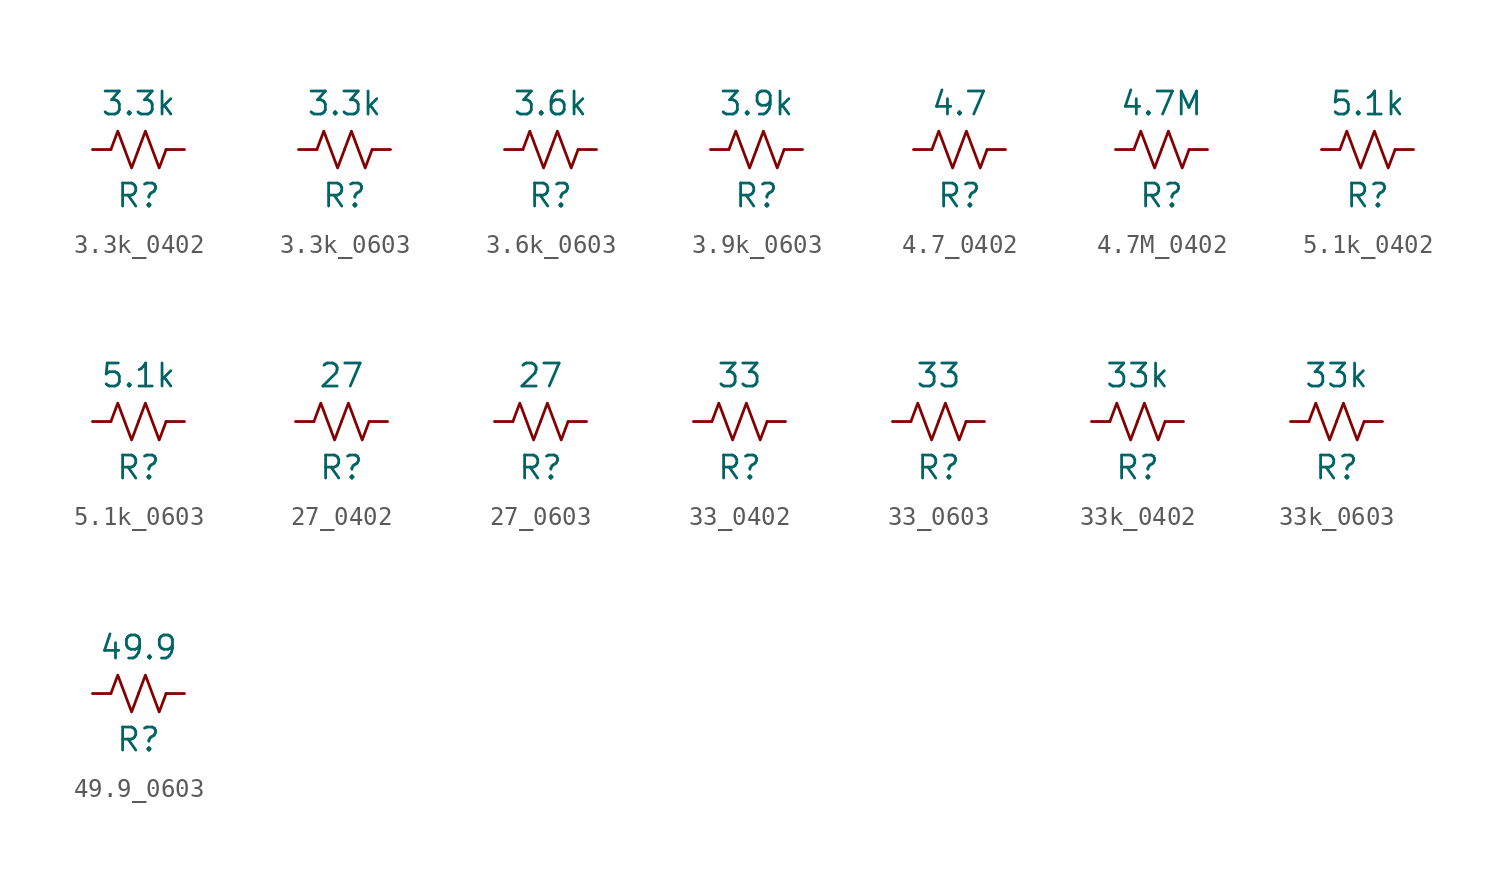
<source format=kicad_sym>
(kicad_symbol_lib
  (version 20241209)
  (generator "kicad_symbol_editor")
  (generator_version "9.0")
  (symbol "3.3k_0402"
    (pin_numbers
      (hide yes))
    (pin_names
      (offset 0))
    (property "Reference" "R"
      (at 0 -2.54 0)
      (effects (font (size 1.27 1.27))))
    (property "Value" "3.3k"
      (at 0 2.54 0)
      (effects (font (size 1.27 1.27))))
    (symbol "3.3k_0402_0_1"
      (polyline (pts (xy -1.524 0) (xy -1.143 1.016) (xy -0.762 0) (xy -0.381 -1.016) (xy 0 0)) (stroke (width 0) (type default)) (fill (type none)))
      (polyline (pts (xy 0 0) (xy 0.381 1.016) (xy 0.762 0) (xy 1.143 -1.016) (xy 1.524 0)) (stroke (width 0) (type default)) (fill (type none))))
    (symbol "3.3k_0402_1_1"
      (pin passive line (at -2.54 0 0) (length 1.016) (name "~" (effects (font (size 1.27 1.27)))) (number "1" (effects (font (size 1.27 1.27)))))
      (pin passive line (at 2.54 0 180) (length 1.016) (name "~" (effects (font (size 1.27 1.27)))) (number "2" (effects (font (size 1.27 1.27)))))))
  (symbol "3.3k_0603"
    (pin_numbers
      (hide yes))
    (pin_names
      (offset 0))
    (property "Reference" "R"
      (at 0 -2.54 0)
      (effects (font (size 1.27 1.27))))
    (property "Value" "3.3k"
      (at 0 2.54 0)
      (effects (font (size 1.27 1.27))))
    (symbol "3.3k_0603_0_1"
      (polyline (pts (xy -1.524 0) (xy -1.143 1.016) (xy -0.762 0) (xy -0.381 -1.016) (xy 0 0)) (stroke (width 0) (type default)) (fill (type none)))
      (polyline (pts (xy 0 0) (xy 0.381 1.016) (xy 0.762 0) (xy 1.143 -1.016) (xy 1.524 0)) (stroke (width 0) (type default)) (fill (type none))))
    (symbol "3.3k_0603_1_1"
      (pin passive line (at -2.54 0 0) (length 1.016) (name "~" (effects (font (size 1.27 1.27)))) (number "1" (effects (font (size 1.27 1.27)))))
      (pin passive line (at 2.54 0 180) (length 1.016) (name "~" (effects (font (size 1.27 1.27)))) (number "2" (effects (font (size 1.27 1.27)))))))
  (symbol "3.6k_0603"
    (pin_numbers
      (hide yes))
    (pin_names
      (offset 0))
    (property "Reference" "R"
      (at 0 -2.54 0)
      (effects (font (size 1.27 1.27))))
    (property "Value" "3.6k"
      (at 0 2.54 0)
      (effects (font (size 1.27 1.27))))
    (symbol "3.6k_0603_0_1"
      (polyline (pts (xy -1.524 0) (xy -1.143 1.016) (xy -0.762 0) (xy -0.381 -1.016) (xy 0 0)) (stroke (width 0) (type default)) (fill (type none)))
      (polyline (pts (xy 0 0) (xy 0.381 1.016) (xy 0.762 0) (xy 1.143 -1.016) (xy 1.524 0)) (stroke (width 0) (type default)) (fill (type none))))
    (symbol "3.6k_0603_1_1"
      (pin passive line (at -2.54 0 0) (length 1.016) (name "~" (effects (font (size 1.27 1.27)))) (number "1" (effects (font (size 1.27 1.27)))))
      (pin passive line (at 2.54 0 180) (length 1.016) (name "~" (effects (font (size 1.27 1.27)))) (number "2" (effects (font (size 1.27 1.27)))))))
  (symbol "3.9k_0603"
    (pin_numbers
      (hide yes))
    (pin_names
      (offset 0))
    (property "Reference" "R"
      (at 0 -2.54 0)
      (effects (font (size 1.27 1.27))))
    (property "Value" "3.9k"
      (at 0 2.54 0)
      (effects (font (size 1.27 1.27))))
    (symbol "3.9k_0603_0_1"
      (polyline (pts (xy -1.524 0) (xy -1.143 1.016) (xy -0.762 0) (xy -0.381 -1.016) (xy 0 0)) (stroke (width 0) (type default)) (fill (type none)))
      (polyline (pts (xy 0 0) (xy 0.381 1.016) (xy 0.762 0) (xy 1.143 -1.016) (xy 1.524 0)) (stroke (width 0) (type default)) (fill (type none))))
    (symbol "3.9k_0603_1_1"
      (pin passive line (at -2.54 0 0) (length 1.016) (name "~" (effects (font (size 1.27 1.27)))) (number "1" (effects (font (size 1.27 1.27)))))
      (pin passive line (at 2.54 0 180) (length 1.016) (name "~" (effects (font (size 1.27 1.27)))) (number "2" (effects (font (size 1.27 1.27)))))))
  (symbol "4.7_0402"
    (pin_numbers
      (hide yes))
    (pin_names
      (offset 0))
    (property "Reference" "R"
      (at 0 -2.54 0)
      (effects (font (size 1.27 1.27))))
    (property "Value" "4.7"
      (at 0 2.54 0)
      (effects (font (size 1.27 1.27))))
    (symbol "4.7_0402_0_1"
      (polyline (pts (xy -1.524 0) (xy -1.143 1.016) (xy -0.762 0) (xy -0.381 -1.016) (xy 0 0)) (stroke (width 0) (type default)) (fill (type none)))
      (polyline (pts (xy 0 0) (xy 0.381 1.016) (xy 0.762 0) (xy 1.143 -1.016) (xy 1.524 0)) (stroke (width 0) (type default)) (fill (type none))))
    (symbol "4.7_0402_1_1"
      (pin passive line (at -2.54 0 0) (length 1.016) (name "~" (effects (font (size 1.27 1.27)))) (number "1" (effects (font (size 1.27 1.27)))))
      (pin passive line (at 2.54 0 180) (length 1.016) (name "~" (effects (font (size 1.27 1.27)))) (number "2" (effects (font (size 1.27 1.27)))))))
  (symbol "4.7M_0402"
    (pin_numbers
      (hide yes))
    (pin_names
      (offset 0))
    (property "Reference" "R"
      (at 0 -2.54 0)
      (effects (font (size 1.27 1.27))))
    (property "Value" "4.7M"
      (at 0 2.54 0)
      (effects (font (size 1.27 1.27))))
    (symbol "4.7M_0402_0_1"
      (polyline (pts (xy -1.524 0) (xy -1.143 1.016) (xy -0.762 0) (xy -0.381 -1.016) (xy 0 0)) (stroke (width 0) (type default)) (fill (type none)))
      (polyline (pts (xy 0 0) (xy 0.381 1.016) (xy 0.762 0) (xy 1.143 -1.016) (xy 1.524 0)) (stroke (width 0) (type default)) (fill (type none))))
    (symbol "4.7M_0402_1_1"
      (pin passive line (at -2.54 0 0) (length 1.016) (name "~" (effects (font (size 1.27 1.27)))) (number "1" (effects (font (size 1.27 1.27)))))
      (pin passive line (at 2.54 0 180) (length 1.016) (name "~" (effects (font (size 1.27 1.27)))) (number "2" (effects (font (size 1.27 1.27)))))))
  (symbol "5.1k_0402"
    (pin_numbers
      (hide yes))
    (pin_names
      (offset 0))
    (property "Reference" "R"
      (at 0 -2.54 0)
      (effects (font (size 1.27 1.27))))
    (property "Value" "5.1k"
      (at 0 2.54 0)
      (effects (font (size 1.27 1.27))))
    (symbol "5.1k_0402_0_1"
      (polyline (pts (xy -1.524 0) (xy -1.143 1.016) (xy -0.762 0) (xy -0.381 -1.016) (xy 0 0)) (stroke (width 0) (type default)) (fill (type none)))
      (polyline (pts (xy 0 0) (xy 0.381 1.016) (xy 0.762 0) (xy 1.143 -1.016) (xy 1.524 0)) (stroke (width 0) (type default)) (fill (type none))))
    (symbol "5.1k_0402_1_1"
      (pin passive line (at -2.54 0 0) (length 1.016) (name "~" (effects (font (size 1.27 1.27)))) (number "1" (effects (font (size 1.27 1.27)))))
      (pin passive line (at 2.54 0 180) (length 1.016) (name "~" (effects (font (size 1.27 1.27)))) (number "2" (effects (font (size 1.27 1.27)))))))
  (symbol "5.1k_0603"
    (pin_numbers
      (hide yes))
    (pin_names
      (offset 0))
    (property "Reference" "R"
      (at 0 -2.54 0)
      (effects (font (size 1.27 1.27))))
    (property "Value" "5.1k"
      (at 0 2.54 0)
      (effects (font (size 1.27 1.27))))
    (symbol "5.1k_0603_0_1"
      (polyline (pts (xy -1.524 0) (xy -1.143 1.016) (xy -0.762 0) (xy -0.381 -1.016) (xy 0 0)) (stroke (width 0) (type default)) (fill (type none)))
      (polyline (pts (xy 0 0) (xy 0.381 1.016) (xy 0.762 0) (xy 1.143 -1.016) (xy 1.524 0)) (stroke (width 0) (type default)) (fill (type none))))
    (symbol "5.1k_0603_1_1"
      (pin passive line (at -2.54 0 0) (length 1.016) (name "~" (effects (font (size 1.27 1.27)))) (number "1" (effects (font (size 1.27 1.27)))))
      (pin passive line (at 2.54 0 180) (length 1.016) (name "~" (effects (font (size 1.27 1.27)))) (number "2" (effects (font (size 1.27 1.27)))))))
  (symbol "27_0402"
    (pin_numbers
      (hide yes))
    (pin_names
      (offset 0))
    (property "Reference" "R"
      (at 0 -2.54 0)
      (effects (font (size 1.27 1.27))))
    (property "Value" "27"
      (at 0 2.54 0)
      (effects (font (size 1.27 1.27))))
    (symbol "27_0402_0_1"
      (polyline (pts (xy -1.524 0) (xy -1.143 1.016) (xy -0.762 0) (xy -0.381 -1.016) (xy 0 0)) (stroke (width 0) (type default)) (fill (type none)))
      (polyline (pts (xy 0 0) (xy 0.381 1.016) (xy 0.762 0) (xy 1.143 -1.016) (xy 1.524 0)) (stroke (width 0) (type default)) (fill (type none))))
    (symbol "27_0402_1_1"
      (pin passive line (at -2.54 0 0) (length 1.016) (name "~" (effects (font (size 1.27 1.27)))) (number "1" (effects (font (size 1.27 1.27)))))
      (pin passive line (at 2.54 0 180) (length 1.016) (name "~" (effects (font (size 1.27 1.27)))) (number "2" (effects (font (size 1.27 1.27)))))))
  (symbol "27_0603"
    (pin_numbers
      (hide yes))
    (pin_names
      (offset 0))
    (property "Reference" "R"
      (at 0 -2.54 0)
      (effects (font (size 1.27 1.27))))
    (property "Value" "27"
      (at 0 2.54 0)
      (effects (font (size 1.27 1.27))))
    (symbol "27_0603_0_1"
      (polyline (pts (xy -1.524 0) (xy -1.143 1.016) (xy -0.762 0) (xy -0.381 -1.016) (xy 0 0)) (stroke (width 0) (type default)) (fill (type none)))
      (polyline (pts (xy 0 0) (xy 0.381 1.016) (xy 0.762 0) (xy 1.143 -1.016) (xy 1.524 0)) (stroke (width 0) (type default)) (fill (type none))))
    (symbol "27_0603_1_1"
      (pin passive line (at -2.54 0 0) (length 1.016) (name "~" (effects (font (size 1.27 1.27)))) (number "1" (effects (font (size 1.27 1.27)))))
      (pin passive line (at 2.54 0 180) (length 1.016) (name "~" (effects (font (size 1.27 1.27)))) (number "2" (effects (font (size 1.27 1.27)))))))
  (symbol "33_0402"
    (pin_numbers
      (hide yes))
    (pin_names
      (offset 0))
    (property "Reference" "R"
      (at 0 -2.54 0)
      (effects (font (size 1.27 1.27))))
    (property "Value" "33"
      (at 0 2.54 0)
      (effects (font (size 1.27 1.27))))
    (symbol "33_0402_0_1"
      (polyline (pts (xy -1.524 0) (xy -1.143 1.016) (xy -0.762 0) (xy -0.381 -1.016) (xy 0 0)) (stroke (width 0) (type default)) (fill (type none)))
      (polyline (pts (xy 0 0) (xy 0.381 1.016) (xy 0.762 0) (xy 1.143 -1.016) (xy 1.524 0)) (stroke (width 0) (type default)) (fill (type none))))
    (symbol "33_0402_1_1"
      (pin passive line (at -2.54 0 0) (length 1.016) (name "~" (effects (font (size 1.27 1.27)))) (number "1" (effects (font (size 1.27 1.27)))))
      (pin passive line (at 2.54 0 180) (length 1.016) (name "~" (effects (font (size 1.27 1.27)))) (number "2" (effects (font (size 1.27 1.27)))))))
  (symbol "33_0603"
    (pin_numbers
      (hide yes))
    (pin_names
      (offset 0))
    (property "Reference" "R"
      (at 0 -2.54 0)
      (effects (font (size 1.27 1.27))))
    (property "Value" "33"
      (at 0 2.54 0)
      (effects (font (size 1.27 1.27))))
    (symbol "33_0603_0_1"
      (polyline (pts (xy -1.524 0) (xy -1.143 1.016) (xy -0.762 0) (xy -0.381 -1.016) (xy 0 0)) (stroke (width 0) (type default)) (fill (type none)))
      (polyline (pts (xy 0 0) (xy 0.381 1.016) (xy 0.762 0) (xy 1.143 -1.016) (xy 1.524 0)) (stroke (width 0) (type default)) (fill (type none))))
    (symbol "33_0603_1_1"
      (pin passive line (at -2.54 0 0) (length 1.016) (name "~" (effects (font (size 1.27 1.27)))) (number "1" (effects (font (size 1.27 1.27)))))
      (pin passive line (at 2.54 0 180) (length 1.016) (name "~" (effects (font (size 1.27 1.27)))) (number "2" (effects (font (size 1.27 1.27)))))))
  (symbol "33k_0402"
    (pin_numbers
      (hide yes))
    (pin_names
      (offset 0))
    (property "Reference" "R"
      (at 0 -2.54 0)
      (effects (font (size 1.27 1.27))))
    (property "Value" "33k"
      (at 0 2.54 0)
      (effects (font (size 1.27 1.27))))
    (symbol "33k_0402_0_1"
      (polyline (pts (xy -1.524 0) (xy -1.143 1.016) (xy -0.762 0) (xy -0.381 -1.016) (xy 0 0)) (stroke (width 0) (type default)) (fill (type none)))
      (polyline (pts (xy 0 0) (xy 0.381 1.016) (xy 0.762 0) (xy 1.143 -1.016) (xy 1.524 0)) (stroke (width 0) (type default)) (fill (type none))))
    (symbol "33k_0402_1_1"
      (pin passive line (at -2.54 0 0) (length 1.016) (name "~" (effects (font (size 1.27 1.27)))) (number "1" (effects (font (size 1.27 1.27)))))
      (pin passive line (at 2.54 0 180) (length 1.016) (name "~" (effects (font (size 1.27 1.27)))) (number "2" (effects (font (size 1.27 1.27)))))))
  (symbol "33k_0603"
    (pin_numbers
      (hide yes))
    (pin_names
      (offset 0))
    (property "Reference" "R"
      (at 0 -2.54 0)
      (effects (font (size 1.27 1.27))))
    (property "Value" "33k"
      (at 0 2.54 0)
      (effects (font (size 1.27 1.27))))
    (symbol "33k_0603_0_1"
      (polyline (pts (xy -1.524 0) (xy -1.143 1.016) (xy -0.762 0) (xy -0.381 -1.016) (xy 0 0)) (stroke (width 0) (type default)) (fill (type none)))
      (polyline (pts (xy 0 0) (xy 0.381 1.016) (xy 0.762 0) (xy 1.143 -1.016) (xy 1.524 0)) (stroke (width 0) (type default)) (fill (type none))))
    (symbol "33k_0603_1_1"
      (pin passive line (at -2.54 0 0) (length 1.016) (name "~" (effects (font (size 1.27 1.27)))) (number "1" (effects (font (size 1.27 1.27)))))
      (pin passive line (at 2.54 0 180) (length 1.016) (name "~" (effects (font (size 1.27 1.27)))) (number "2" (effects (font (size 1.27 1.27)))))))
  (symbol "49.9_0603"
    (pin_numbers
      (hide yes))
    (pin_names
      (offset 0))
    (property "Reference" "R"
      (at 0 -2.54 0)
      (effects (font (size 1.27 1.27))))
    (property "Value" "49.9"
      (at 0 2.54 0)
      (effects (font (size 1.27 1.27))))
    (symbol "49.9_0603_0_1"
      (polyline (pts (xy -1.524 0) (xy -1.143 1.016) (xy -0.762 0) (xy -0.381 -1.016) (xy 0 0)) (stroke (width 0) (type default)) (fill (type none)))
      (polyline (pts (xy 0 0) (xy 0.381 1.016) (xy 0.762 0) (xy 1.143 -1.016) (xy 1.524 0)) (stroke (width 0) (type default)) (fill (type none))))
    (symbol "49.9_0603_1_1"
      (pin passive line (at -2.54 0 0) (length 1.016) (name "~" (effects (font (size 1.27 1.27)))) (number "1" (effects (font (size 1.27 1.27)))))
      (pin passive line (at 2.54 0 180) (length 1.016) (name "~" (effects (font (size 1.27 1.27)))) (number "2" (effects (font (size 1.27 1.27))))))))
</source>
